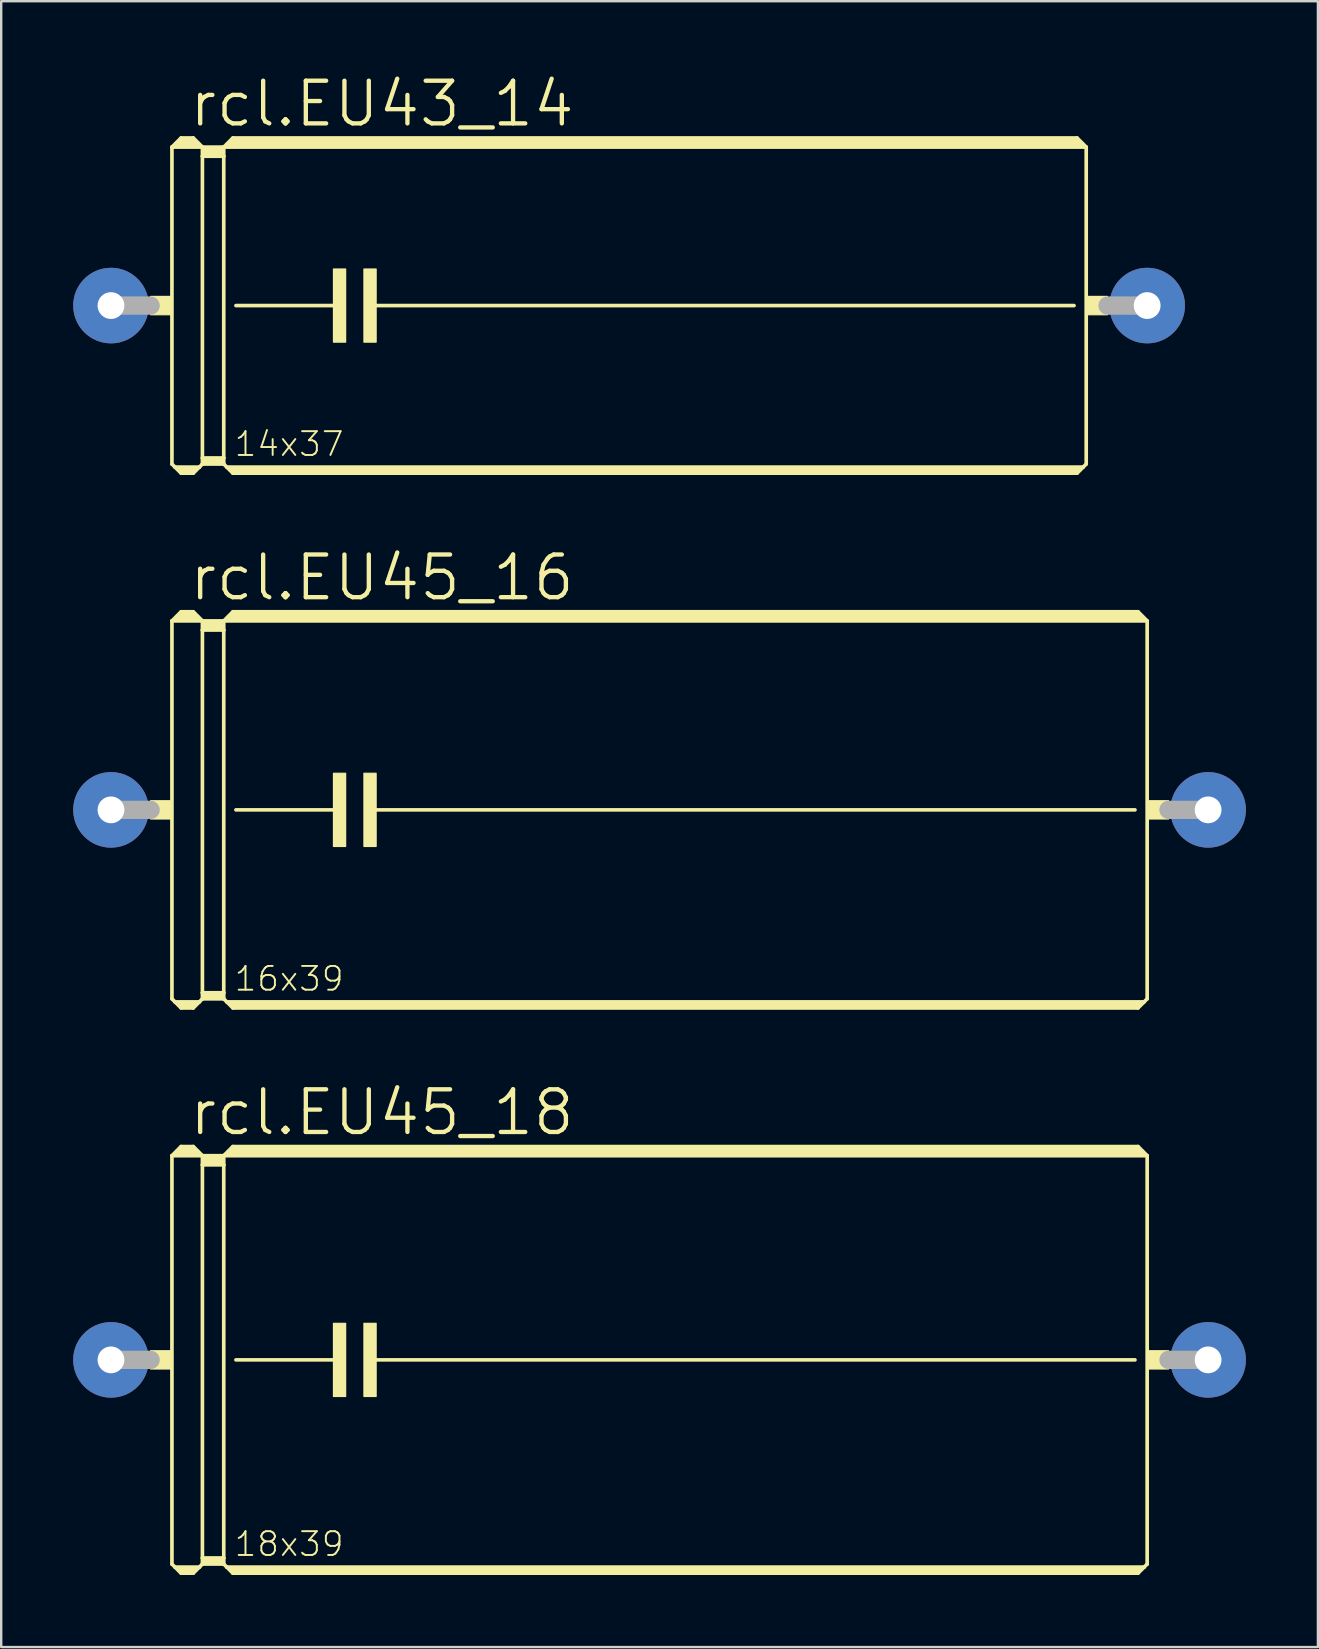
<source format=kicad_pcb>
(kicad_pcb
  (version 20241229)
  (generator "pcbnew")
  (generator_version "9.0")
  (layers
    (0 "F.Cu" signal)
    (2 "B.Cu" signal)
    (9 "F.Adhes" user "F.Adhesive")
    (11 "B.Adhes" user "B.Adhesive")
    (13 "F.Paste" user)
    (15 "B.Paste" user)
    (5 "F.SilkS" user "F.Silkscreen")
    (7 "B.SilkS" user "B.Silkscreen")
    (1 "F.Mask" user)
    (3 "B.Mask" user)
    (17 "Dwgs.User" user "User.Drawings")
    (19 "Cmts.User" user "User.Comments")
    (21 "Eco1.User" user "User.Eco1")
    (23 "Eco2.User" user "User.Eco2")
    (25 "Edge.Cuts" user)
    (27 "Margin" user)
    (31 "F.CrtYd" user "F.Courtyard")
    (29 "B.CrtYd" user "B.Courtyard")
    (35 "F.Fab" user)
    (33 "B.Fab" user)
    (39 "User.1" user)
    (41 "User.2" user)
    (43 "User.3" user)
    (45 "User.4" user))
  (footprint "rcl.EU45_16"
    (layer "F.Cu")
    (at 24.435 30.699)
    (property "Reference" "rcl.EU45_16" (at -19.685 -8.636 0) (layer "F.SilkS") (effects (font (size 1.778 1.778) (thickness 0.18)) (justify left bottom)))
    (attr through_hole)
    (fp_line (start -20.32 -7.874) (end -20.32 7.874) (stroke (width 0.152) (type default)) (layer "F.SilkS"))
    (fp_line (start -20.32 -7.874) (end -19.939 -8.255) (stroke (width 0.152) (type default)) (layer "F.SilkS"))
    (fp_line (start -20.32 -7.874) (end -19.05 -7.874) (stroke (width 0.152) (type default)) (layer "F.SilkS"))
    (fp_line (start -20.32 7.874) (end -20.193 8.001) (stroke (width 0.152) (type default)) (layer "F.SilkS"))
    (fp_line (start -20.193 8.001) (end -19.939 8.255) (stroke (width 0.152) (type default)) (layer "F.SilkS"))
    (fp_line (start -20.193 8.001) (end -19.177 8.001) (stroke (width 0.152) (type default)) (layer "F.SilkS"))
    (fp_line (start -20.066 -8.001) (end -19.304 -8.001) (stroke (width 0.305) (type default)) (layer "F.SilkS"))
    (fp_line (start -19.939 -8.255) (end -19.431 -8.255) (stroke (width 0.152) (type default)) (layer "F.SilkS"))
    (fp_line (start -19.939 -8.128) (end -19.431 -8.128) (stroke (width 0.305) (type default)) (layer "F.SilkS"))
    (fp_line (start -19.939 8.128) (end -19.431 8.128) (stroke (width 0.254) (type default)) (layer "F.SilkS"))
    (fp_line (start -19.939 8.255) (end -19.431 8.255) (stroke (width 0.152) (type default)) (layer "F.SilkS"))
    (fp_line (start -19.177 8.001) (end -19.431 8.255) (stroke (width 0.152) (type default)) (layer "F.SilkS"))
    (fp_line (start -19.05 -7.874) (end -19.431 -8.255) (stroke (width 0.152) (type default)) (layer "F.SilkS"))
    (fp_line (start -19.05 -7.874) (end -19.05 -7.493) (stroke (width 0.152) (type default)) (layer "F.SilkS"))
    (fp_line (start -19.05 -7.874) (end -18.161 -7.874) (stroke (width 0.152) (type default)) (layer "F.SilkS"))
    (fp_line (start -19.05 -7.493) (end -18.161 -7.493) (stroke (width 0.152) (type default)) (layer "F.SilkS"))
    (fp_line (start -19.05 7.62) (end -19.05 -7.493) (stroke (width 0.152) (type default)) (layer "F.SilkS"))
    (fp_line (start -19.05 7.62) (end -18.161 7.62) (stroke (width 0.152) (type default)) (layer "F.SilkS"))
    (fp_line (start -19.05 7.874) (end -19.177 8.001) (stroke (width 0.152) (type default)) (layer "F.SilkS"))
    (fp_line (start -19.05 7.874) (end -19.05 7.62) (stroke (width 0.152) (type default)) (layer "F.SilkS"))
    (fp_line (start -19.05 7.874) (end -18.161 7.874) (stroke (width 0.152) (type default)) (layer "F.SilkS"))
    (fp_line (start -18.923 -7.747) (end -18.288 -7.747) (stroke (width 0.305) (type default)) (layer "F.SilkS"))
    (fp_line (start -18.923 -7.62) (end -18.288 -7.62) (stroke (width 0.305) (type default)) (layer "F.SilkS"))
    (fp_line (start -18.923 7.747) (end -18.288 7.747) (stroke (width 0.254) (type default)) (layer "F.SilkS"))
    (fp_line (start -18.161 -7.874) (end -18.161 -7.493) (stroke (width 0.152) (type default)) (layer "F.SilkS"))
    (fp_line (start -18.161 -7.874) (end 20.32 -7.874) (stroke (width 0.152) (type default)) (layer "F.SilkS"))
    (fp_line (start -18.161 -7.493) (end -18.161 7.62) (stroke (width 0.152) (type default)) (layer "F.SilkS"))
    (fp_line (start -18.161 7.62) (end -18.161 7.874) (stroke (width 0.152) (type default)) (layer "F.SilkS"))
    (fp_line (start -18.034 8.001) (end -18.161 7.874) (stroke (width 0.152) (type default)) (layer "F.SilkS"))
    (fp_line (start -18.034 8.001) (end 20.193 8.001) (stroke (width 0.152) (type default)) (layer "F.SilkS"))
    (fp_line (start -17.907 -8.001) (end 20.066 -8.001) (stroke (width 0.305) (type default)) (layer "F.SilkS"))
    (fp_line (start -17.78 -8.255) (end -18.161 -7.874) (stroke (width 0.152) (type default)) (layer "F.SilkS"))
    (fp_line (start -17.78 -8.255) (end 19.939 -8.255) (stroke (width 0.152) (type default)) (layer "F.SilkS"))
    (fp_line (start -17.78 -8.128) (end 19.939 -8.128) (stroke (width 0.305) (type default)) (layer "F.SilkS"))
    (fp_line (start -17.78 8.128) (end 19.939 8.128) (stroke (width 0.254) (type default)) (layer "F.SilkS"))
    (fp_line (start -17.78 8.255) (end -18.034 8.001) (stroke (width 0.152) (type default)) (layer "F.SilkS"))
    (fp_line (start -17.78 8.255) (end 19.939 8.255) (stroke (width 0.152) (type default)) (layer "F.SilkS"))
    (fp_line (start -17.653 0) (end -13.335 0) (stroke (width 0.152) (type default)) (layer "F.SilkS"))
    (fp_line (start -11.938 0) (end 19.812 0) (stroke (width 0.152) (type default)) (layer "F.SilkS"))
    (fp_line (start 19.939 -8.255) (end 20.32 -7.874) (stroke (width 0.152) (type default)) (layer "F.SilkS"))
    (fp_line (start 19.939 8.255) (end 20.193 8.001) (stroke (width 0.152) (type default)) (layer "F.SilkS"))
    (fp_line (start 20.193 8.001) (end 20.32 7.874) (stroke (width 0.152) (type default)) (layer "F.SilkS"))
    (fp_line (start 20.32 -7.874) (end 20.32 7.874) (stroke (width 0.152) (type default)) (layer "F.SilkS"))
    (fp_rect (start -21.209 0.381) (end -20.32 -0.381) (stroke (width 0.05) (type default)) (fill yes) (layer "F.SilkS"))
    (fp_rect (start -13.589 1.524) (end -13.081 -1.524) (stroke (width 0.05) (type default)) (fill yes) (layer "F.SilkS"))
    (fp_rect (start -12.319 1.524) (end -11.811 -1.524) (stroke (width 0.05) (type default)) (fill yes) (layer "F.SilkS"))
    (fp_rect (start 20.32 0.381) (end 21.209 -0.381) (stroke (width 0.05) (type default)) (fill yes) (layer "F.SilkS"))
    (fp_line (start -22.86 0) (end -21.209 0) (stroke (width 0.762) (type default)) (layer "F.Fab"))
    (fp_line (start 22.86 0) (end 21.209 0) (stroke (width 0.762) (type default)) (layer "F.Fab"))
    (fp_text user "16x39" (at -17.78 7.62 0) (layer "F.SilkS") (effects (font (size 0.991 0.991) (thickness 0.08)) (justify left bottom)))
    (pad "1" thru_hole circle (at -22.86 0) (size 3.15 3.15) (drill 1.118) (layers "*.Cu" "*.Mask"))
    (pad "2" thru_hole circle (at 22.86 0) (size 3.15 3.15) (drill 1.118) (layers "*.Cu" "*.Mask")))
  (footprint "rcl.EU45_18"
    (layer "F.Cu")
    (at 24.435 53.619)
    (property "Reference" "rcl.EU45_18" (at -19.685 -9.271 0) (layer "F.SilkS") (effects (font (size 1.778 1.778) (thickness 0.18)) (justify left bottom)))
    (attr through_hole)
    (fp_line (start -20.32 -8.509) (end -20.32 8.509) (stroke (width 0.152) (type default)) (layer "F.SilkS"))
    (fp_line (start -20.32 -8.509) (end -19.939 -8.89) (stroke (width 0.152) (type default)) (layer "F.SilkS"))
    (fp_line (start -20.32 -8.509) (end -19.05 -8.509) (stroke (width 0.152) (type default)) (layer "F.SilkS"))
    (fp_line (start -20.32 8.509) (end -20.193 8.636) (stroke (width 0.152) (type default)) (layer "F.SilkS"))
    (fp_line (start -20.193 8.636) (end -19.939 8.89) (stroke (width 0.152) (type default)) (layer "F.SilkS"))
    (fp_line (start -20.193 8.636) (end -19.177 8.636) (stroke (width 0.152) (type default)) (layer "F.SilkS"))
    (fp_line (start -20.066 -8.636) (end -19.304 -8.636) (stroke (width 0.305) (type default)) (layer "F.SilkS"))
    (fp_line (start -19.939 -8.89) (end -19.431 -8.89) (stroke (width 0.152) (type default)) (layer "F.SilkS"))
    (fp_line (start -19.939 -8.763) (end -19.431 -8.763) (stroke (width 0.305) (type default)) (layer "F.SilkS"))
    (fp_line (start -19.939 8.763) (end -19.431 8.763) (stroke (width 0.254) (type default)) (layer "F.SilkS"))
    (fp_line (start -19.939 8.89) (end -19.431 8.89) (stroke (width 0.152) (type default)) (layer "F.SilkS"))
    (fp_line (start -19.177 8.636) (end -19.431 8.89) (stroke (width 0.152) (type default)) (layer "F.SilkS"))
    (fp_line (start -19.05 -8.509) (end -19.431 -8.89) (stroke (width 0.152) (type default)) (layer "F.SilkS"))
    (fp_line (start -19.05 -8.509) (end -19.05 -8.128) (stroke (width 0.152) (type default)) (layer "F.SilkS"))
    (fp_line (start -19.05 -8.509) (end -18.161 -8.509) (stroke (width 0.152) (type default)) (layer "F.SilkS"))
    (fp_line (start -19.05 -8.128) (end -18.161 -8.128) (stroke (width 0.152) (type default)) (layer "F.SilkS"))
    (fp_line (start -19.05 8.255) (end -19.05 -8.128) (stroke (width 0.152) (type default)) (layer "F.SilkS"))
    (fp_line (start -19.05 8.255) (end -18.161 8.255) (stroke (width 0.152) (type default)) (layer "F.SilkS"))
    (fp_line (start -19.05 8.509) (end -19.177 8.636) (stroke (width 0.152) (type default)) (layer "F.SilkS"))
    (fp_line (start -19.05 8.509) (end -19.05 8.255) (stroke (width 0.152) (type default)) (layer "F.SilkS"))
    (fp_line (start -19.05 8.509) (end -18.161 8.509) (stroke (width 0.152) (type default)) (layer "F.SilkS"))
    (fp_line (start -18.923 -8.382) (end -18.288 -8.382) (stroke (width 0.305) (type default)) (layer "F.SilkS"))
    (fp_line (start -18.923 -8.255) (end -18.288 -8.255) (stroke (width 0.305) (type default)) (layer "F.SilkS"))
    (fp_line (start -18.923 8.382) (end -18.288 8.382) (stroke (width 0.254) (type default)) (layer "F.SilkS"))
    (fp_line (start -18.161 -8.509) (end -18.161 -8.128) (stroke (width 0.152) (type default)) (layer "F.SilkS"))
    (fp_line (start -18.161 -8.509) (end 20.32 -8.509) (stroke (width 0.152) (type default)) (layer "F.SilkS"))
    (fp_line (start -18.161 -8.128) (end -18.161 8.255) (stroke (width 0.152) (type default)) (layer "F.SilkS"))
    (fp_line (start -18.161 8.255) (end -18.161 8.509) (stroke (width 0.152) (type default)) (layer "F.SilkS"))
    (fp_line (start -18.034 8.636) (end -18.161 8.509) (stroke (width 0.152) (type default)) (layer "F.SilkS"))
    (fp_line (start -18.034 8.636) (end 20.193 8.636) (stroke (width 0.152) (type default)) (layer "F.SilkS"))
    (fp_line (start -17.907 -8.636) (end 20.066 -8.636) (stroke (width 0.305) (type default)) (layer "F.SilkS"))
    (fp_line (start -17.78 -8.89) (end -18.161 -8.509) (stroke (width 0.152) (type default)) (layer "F.SilkS"))
    (fp_line (start -17.78 -8.89) (end 19.939 -8.89) (stroke (width 0.152) (type default)) (layer "F.SilkS"))
    (fp_line (start -17.78 -8.763) (end 19.939 -8.763) (stroke (width 0.305) (type default)) (layer "F.SilkS"))
    (fp_line (start -17.78 8.763) (end 19.939 8.763) (stroke (width 0.254) (type default)) (layer "F.SilkS"))
    (fp_line (start -17.78 8.89) (end -18.034 8.636) (stroke (width 0.152) (type default)) (layer "F.SilkS"))
    (fp_line (start -17.78 8.89) (end 19.939 8.89) (stroke (width 0.152) (type default)) (layer "F.SilkS"))
    (fp_line (start -17.653 0) (end -13.335 0) (stroke (width 0.152) (type default)) (layer "F.SilkS"))
    (fp_line (start -11.938 0) (end 19.812 0) (stroke (width 0.152) (type default)) (layer "F.SilkS"))
    (fp_line (start 19.939 -8.89) (end 20.32 -8.509) (stroke (width 0.152) (type default)) (layer "F.SilkS"))
    (fp_line (start 19.939 8.89) (end 20.193 8.636) (stroke (width 0.152) (type default)) (layer "F.SilkS"))
    (fp_line (start 20.193 8.636) (end 20.32 8.509) (stroke (width 0.152) (type default)) (layer "F.SilkS"))
    (fp_line (start 20.32 -8.509) (end 20.32 8.509) (stroke (width 0.152) (type default)) (layer "F.SilkS"))
    (fp_rect (start -21.209 0.381) (end -20.32 -0.381) (stroke (width 0.05) (type default)) (fill yes) (layer "F.SilkS"))
    (fp_rect (start -13.589 1.524) (end -13.081 -1.524) (stroke (width 0.05) (type default)) (fill yes) (layer "F.SilkS"))
    (fp_rect (start -12.319 1.524) (end -11.811 -1.524) (stroke (width 0.05) (type default)) (fill yes) (layer "F.SilkS"))
    (fp_rect (start 20.32 0.381) (end 21.209 -0.381) (stroke (width 0.05) (type default)) (fill yes) (layer "F.SilkS"))
    (fp_line (start -22.86 0) (end -21.209 0) (stroke (width 0.762) (type default)) (layer "F.Fab"))
    (fp_line (start 22.86 0) (end 21.209 0) (stroke (width 0.762) (type default)) (layer "F.Fab"))
    (fp_text user "18x39" (at -17.78 8.255 0) (layer "F.SilkS") (effects (font (size 0.991 0.991) (thickness 0.08)) (justify left bottom)))
    (pad "1" thru_hole circle (at -22.86 0) (size 3.15 3.15) (drill 1.118) (layers "*.Cu" "*.Mask"))
    (pad "2" thru_hole circle (at 22.86 0) (size 3.15 3.15) (drill 1.118) (layers "*.Cu" "*.Mask")))
  (footprint "rcl.EU43_14"
    (layer "F.Cu")
    (at 23.165 9.684)
    (property "Reference" "rcl.EU43_14" (at -18.415 -7.366 0) (layer "F.SilkS") (effects (font (size 1.778 1.778) (thickness 0.18)) (justify left bottom)))
    (attr through_hole)
    (fp_line (start -19.05 -6.604) (end -19.05 6.604) (stroke (width 0.152) (type default)) (layer "F.SilkS"))
    (fp_line (start -19.05 -6.604) (end -18.669 -6.985) (stroke (width 0.152) (type default)) (layer "F.SilkS"))
    (fp_line (start -19.05 -6.604) (end -17.78 -6.604) (stroke (width 0.152) (type default)) (layer "F.SilkS"))
    (fp_line (start -19.05 6.604) (end -18.923 6.731) (stroke (width 0.152) (type default)) (layer "F.SilkS"))
    (fp_line (start -18.923 6.731) (end -18.669 6.985) (stroke (width 0.152) (type default)) (layer "F.SilkS"))
    (fp_line (start -18.923 6.731) (end -17.907 6.731) (stroke (width 0.152) (type default)) (layer "F.SilkS"))
    (fp_line (start -18.796 -6.731) (end -18.034 -6.731) (stroke (width 0.305) (type default)) (layer "F.SilkS"))
    (fp_line (start -18.669 -6.985) (end -18.161 -6.985) (stroke (width 0.152) (type default)) (layer "F.SilkS"))
    (fp_line (start -18.669 -6.858) (end -18.161 -6.858) (stroke (width 0.305) (type default)) (layer "F.SilkS"))
    (fp_line (start -18.669 6.858) (end -18.161 6.858) (stroke (width 0.254) (type default)) (layer "F.SilkS"))
    (fp_line (start -18.669 6.985) (end -18.161 6.985) (stroke (width 0.152) (type default)) (layer "F.SilkS"))
    (fp_line (start -17.907 6.731) (end -18.161 6.985) (stroke (width 0.152) (type default)) (layer "F.SilkS"))
    (fp_line (start -17.78 -6.604) (end -18.161 -6.985) (stroke (width 0.152) (type default)) (layer "F.SilkS"))
    (fp_line (start -17.78 -6.604) (end -17.78 -6.223) (stroke (width 0.152) (type default)) (layer "F.SilkS"))
    (fp_line (start -17.78 -6.604) (end -16.891 -6.604) (stroke (width 0.152) (type default)) (layer "F.SilkS"))
    (fp_line (start -17.78 -6.223) (end -16.891 -6.223) (stroke (width 0.152) (type default)) (layer "F.SilkS"))
    (fp_line (start -17.78 6.35) (end -17.78 -6.223) (stroke (width 0.152) (type default)) (layer "F.SilkS"))
    (fp_line (start -17.78 6.35) (end -16.891 6.35) (stroke (width 0.152) (type default)) (layer "F.SilkS"))
    (fp_line (start -17.78 6.604) (end -17.907 6.731) (stroke (width 0.152) (type default)) (layer "F.SilkS"))
    (fp_line (start -17.78 6.604) (end -17.78 6.35) (stroke (width 0.152) (type default)) (layer "F.SilkS"))
    (fp_line (start -17.78 6.604) (end -16.891 6.604) (stroke (width 0.152) (type default)) (layer "F.SilkS"))
    (fp_line (start -17.653 -6.477) (end -17.018 -6.477) (stroke (width 0.305) (type default)) (layer "F.SilkS"))
    (fp_line (start -17.653 -6.35) (end -17.018 -6.35) (stroke (width 0.305) (type default)) (layer "F.SilkS"))
    (fp_line (start -17.653 6.477) (end -17.018 6.477) (stroke (width 0.254) (type default)) (layer "F.SilkS"))
    (fp_line (start -16.891 -6.604) (end -16.891 -6.223) (stroke (width 0.152) (type default)) (layer "F.SilkS"))
    (fp_line (start -16.891 -6.604) (end 19.05 -6.604) (stroke (width 0.152) (type default)) (layer "F.SilkS"))
    (fp_line (start -16.891 -6.223) (end -16.891 6.35) (stroke (width 0.152) (type default)) (layer "F.SilkS"))
    (fp_line (start -16.891 6.35) (end -16.891 6.604) (stroke (width 0.152) (type default)) (layer "F.SilkS"))
    (fp_line (start -16.764 6.731) (end -16.891 6.604) (stroke (width 0.152) (type default)) (layer "F.SilkS"))
    (fp_line (start -16.764 6.731) (end 18.923 6.731) (stroke (width 0.152) (type default)) (layer "F.SilkS"))
    (fp_line (start -16.637 -6.731) (end 18.796 -6.731) (stroke (width 0.305) (type default)) (layer "F.SilkS"))
    (fp_line (start -16.51 -6.985) (end -16.891 -6.604) (stroke (width 0.152) (type default)) (layer "F.SilkS"))
    (fp_line (start -16.51 -6.985) (end 18.669 -6.985) (stroke (width 0.152) (type default)) (layer "F.SilkS"))
    (fp_line (start -16.51 -6.858) (end 18.669 -6.858) (stroke (width 0.305) (type default)) (layer "F.SilkS"))
    (fp_line (start -16.51 6.858) (end 18.669 6.858) (stroke (width 0.254) (type default)) (layer "F.SilkS"))
    (fp_line (start -16.51 6.985) (end -16.764 6.731) (stroke (width 0.152) (type default)) (layer "F.SilkS"))
    (fp_line (start -16.51 6.985) (end 18.669 6.985) (stroke (width 0.152) (type default)) (layer "F.SilkS"))
    (fp_line (start -16.383 0) (end -12.065 0) (stroke (width 0.152) (type default)) (layer "F.SilkS"))
    (fp_line (start -10.668 0) (end 18.542 0) (stroke (width 0.152) (type default)) (layer "F.SilkS"))
    (fp_line (start 18.669 -6.985) (end 19.05 -6.604) (stroke (width 0.152) (type default)) (layer "F.SilkS"))
    (fp_line (start 18.669 6.985) (end 18.923 6.731) (stroke (width 0.152) (type default)) (layer "F.SilkS"))
    (fp_line (start 18.923 6.731) (end 19.05 6.604) (stroke (width 0.152) (type default)) (layer "F.SilkS"))
    (fp_line (start 19.05 -6.604) (end 19.05 6.604) (stroke (width 0.152) (type default)) (layer "F.SilkS"))
    (fp_rect (start -19.939 0.381) (end -19.05 -0.381) (stroke (width 0.05) (type default)) (fill yes) (layer "F.SilkS"))
    (fp_rect (start -12.319 1.524) (end -11.811 -1.524) (stroke (width 0.05) (type default)) (fill yes) (layer "F.SilkS"))
    (fp_rect (start -11.049 1.524) (end -10.541 -1.524) (stroke (width 0.05) (type default)) (fill yes) (layer "F.SilkS"))
    (fp_rect (start 19.05 0.381) (end 19.939 -0.381) (stroke (width 0.05) (type default)) (fill yes) (layer "F.SilkS"))
    (fp_line (start -21.59 0) (end -19.939 0) (stroke (width 0.762) (type default)) (layer "F.Fab"))
    (fp_line (start 21.59 0) (end 19.939 0) (stroke (width 0.762) (type default)) (layer "F.Fab"))
    (fp_text user "14x37" (at -16.51 6.35 0) (layer "F.SilkS") (effects (font (size 0.991 0.991) (thickness 0.08)) (justify left bottom)))
    (pad "1" thru_hole circle (at -21.59 0) (size 3.15 3.15) (drill 1.118) (layers "*.Cu" "*.Mask"))
    (pad "2" thru_hole circle (at 21.59 0) (size 3.15 3.15) (drill 1.118) (layers "*.Cu" "*.Mask")))
  (gr_rect
    (start -3 -3)
    (end 51.87 65.586)
    (stroke (width 0.1) (type default))
    (fill no)
    (layer "Edge.Cuts")))
</source>
